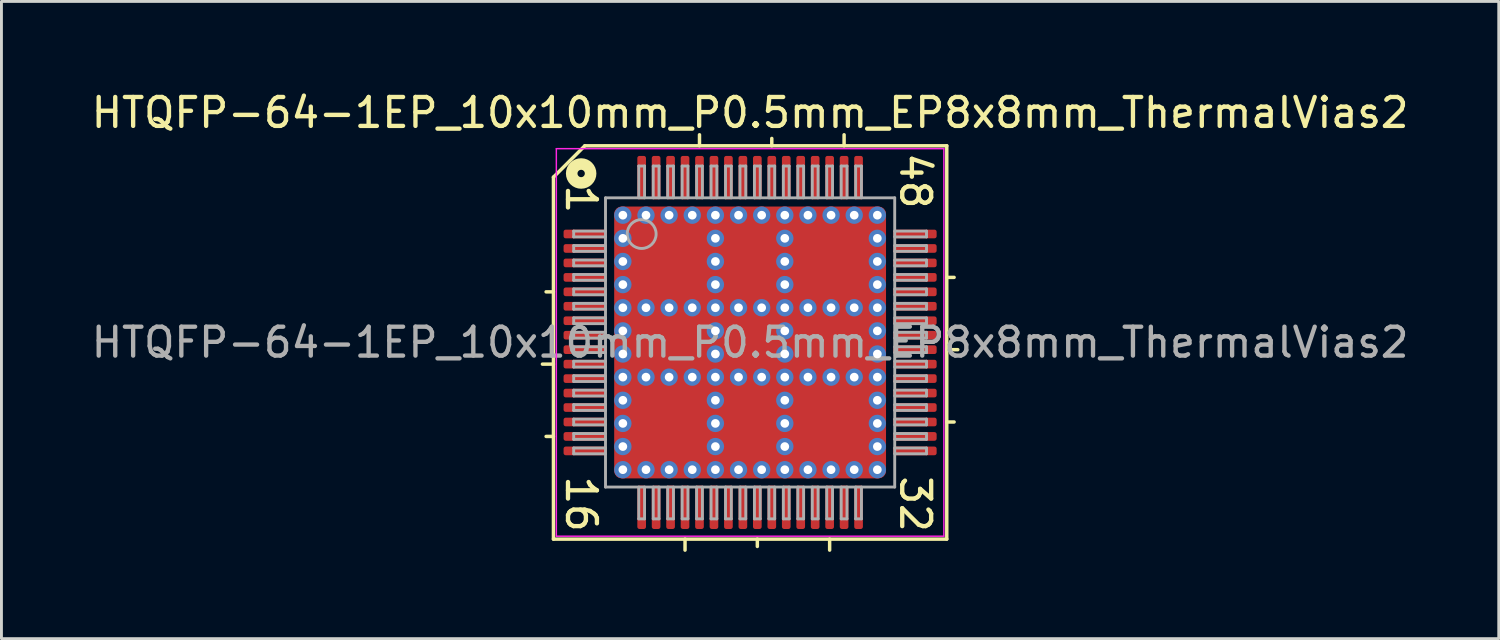
<source format=kicad_pcb>
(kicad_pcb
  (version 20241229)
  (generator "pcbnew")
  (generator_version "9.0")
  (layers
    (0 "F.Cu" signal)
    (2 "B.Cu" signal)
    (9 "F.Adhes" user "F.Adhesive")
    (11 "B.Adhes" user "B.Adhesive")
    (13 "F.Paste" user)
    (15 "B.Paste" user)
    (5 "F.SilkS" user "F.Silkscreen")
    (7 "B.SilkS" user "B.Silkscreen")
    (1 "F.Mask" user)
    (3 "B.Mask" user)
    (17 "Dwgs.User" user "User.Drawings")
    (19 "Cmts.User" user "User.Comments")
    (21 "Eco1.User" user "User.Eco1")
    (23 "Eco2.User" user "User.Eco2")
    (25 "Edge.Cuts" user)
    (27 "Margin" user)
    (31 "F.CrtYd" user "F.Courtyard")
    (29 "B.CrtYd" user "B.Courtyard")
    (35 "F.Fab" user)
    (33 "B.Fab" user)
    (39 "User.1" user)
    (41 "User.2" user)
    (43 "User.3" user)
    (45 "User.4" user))
  (footprint "HTQFP-64-1EP_10x10mm_P0.5mm_EP8x8mm_ThermalVias2"
    (layer "F.Cu")
    (at 22.887 8.791)
    (property "Reference" "HTQFP-64-1EP_10x10mm_P0.5mm_EP8x8mm_ThermalVias2" (at 0 -7.943 0) (layer "F.SilkS") (effects (font (size 1 1) (thickness 0.15))))
    (attr smd)
    (fp_line (start -6.8 -5.715) (end -6.8 6.8) (stroke (width 0.12) (type solid)) (layer "F.SilkS"))
    (fp_line (start -6.8 -1.75) (end -7.054 -1.75) (stroke (width 0.12) (type solid)) (layer "F.SilkS"))
    (fp_line (start -6.8 0.75) (end -7.181 0.75) (stroke (width 0.12) (type solid)) (layer "F.SilkS"))
    (fp_line (start -6.8 3.25) (end -7.054 3.25) (stroke (width 0.12) (type solid)) (layer "F.SilkS"))
    (fp_line (start -6.8 6.8) (end 6.8 6.8) (stroke (width 0.12) (type solid)) (layer "F.SilkS"))
    (fp_line (start -5.715 -6.8) (end -6.8 -5.715) (stroke (width 0.12) (type solid)) (layer "F.SilkS"))
    (fp_line (start -2.25 6.8) (end -2.25 7.181) (stroke (width 0.12) (type solid)) (layer "F.SilkS"))
    (fp_line (start -1.75 -6.8) (end -1.75 -7.181) (stroke (width 0.12) (type solid)) (layer "F.SilkS"))
    (fp_line (start 0.25 6.8) (end 0.25 7.054) (stroke (width 0.12) (type solid)) (layer "F.SilkS"))
    (fp_line (start 0.75 -6.8) (end 0.75 -7.054) (stroke (width 0.12) (type solid)) (layer "F.SilkS"))
    (fp_line (start 2.75 6.8) (end 2.75 7.181) (stroke (width 0.12) (type solid)) (layer "F.SilkS"))
    (fp_line (start 3.25 -6.8) (end 3.25 -7.181) (stroke (width 0.12) (type solid)) (layer "F.SilkS"))
    (fp_line (start 6.8 -6.8) (end -5.715 -6.8) (stroke (width 0.12) (type solid)) (layer "F.SilkS"))
    (fp_line (start 6.8 -2.25) (end 7.054 -2.25) (stroke (width 0.12) (type solid)) (layer "F.SilkS"))
    (fp_line (start 6.8 0.25) (end 7.181 0.25) (stroke (width 0.12) (type solid)) (layer "F.SilkS"))
    (fp_line (start 6.8 2.75) (end 7.054 2.75) (stroke (width 0.12) (type solid)) (layer "F.SilkS"))
    (fp_line (start 6.8 6.8) (end 6.8 -6.8) (stroke (width 0.12) (type solid)) (layer "F.SilkS"))
    (fp_circle (center -5.842 -5.842) (end -5.715 -5.842) (stroke (width 0.4) (type solid)) (fill no) (layer "F.SilkS"))
    (fp_line (start -6.7 -6.7) (end -6.7 6.7) (stroke (width 0.05) (type solid)) (layer "F.CrtYd"))
    (fp_line (start -6.7 -6.7) (end 6.7 -6.7) (stroke (width 0.05) (type solid)) (layer "F.CrtYd"))
    (fp_line (start -6.7 6.7) (end 6.7 6.7) (stroke (width 0.05) (type solid)) (layer "F.CrtYd"))
    (fp_line (start 6.7 -6.7) (end 6.7 6.7) (stroke (width 0.05) (type solid)) (layer "F.CrtYd"))
    (fp_line (start -6.1 -3.85) (end -6.1 -3.65) (stroke (width 0.1) (type solid)) (layer "F.Fab"))
    (fp_line (start -6.1 -3.85) (end -5 -3.85) (stroke (width 0.1) (type solid)) (layer "F.Fab"))
    (fp_line (start -6.1 -3.65) (end -5 -3.65) (stroke (width 0.1) (type solid)) (layer "F.Fab"))
    (fp_line (start -6.1 -3.35) (end -6.1 -3.15) (stroke (width 0.1) (type solid)) (layer "F.Fab"))
    (fp_line (start -6.1 -3.35) (end -5 -3.35) (stroke (width 0.1) (type solid)) (layer "F.Fab"))
    (fp_line (start -6.1 -3.15) (end -5 -3.15) (stroke (width 0.1) (type solid)) (layer "F.Fab"))
    (fp_line (start -6.1 -2.85) (end -6.1 -2.65) (stroke (width 0.1) (type solid)) (layer "F.Fab"))
    (fp_line (start -6.1 -2.85) (end -5 -2.85) (stroke (width 0.1) (type solid)) (layer "F.Fab"))
    (fp_line (start -6.1 -2.65) (end -5 -2.65) (stroke (width 0.1) (type solid)) (layer "F.Fab"))
    (fp_line (start -6.1 -2.35) (end -6.1 -2.15) (stroke (width 0.1) (type solid)) (layer "F.Fab"))
    (fp_line (start -6.1 -2.35) (end -5 -2.35) (stroke (width 0.1) (type solid)) (layer "F.Fab"))
    (fp_line (start -6.1 -2.15) (end -5 -2.15) (stroke (width 0.1) (type solid)) (layer "F.Fab"))
    (fp_line (start -6.1 -1.85) (end -6.1 -1.65) (stroke (width 0.1) (type solid)) (layer "F.Fab"))
    (fp_line (start -6.1 -1.85) (end -5 -1.85) (stroke (width 0.1) (type solid)) (layer "F.Fab"))
    (fp_line (start -6.1 -1.65) (end -5 -1.65) (stroke (width 0.1) (type solid)) (layer "F.Fab"))
    (fp_line (start -6.1 -1.35) (end -6.1 -1.15) (stroke (width 0.1) (type solid)) (layer "F.Fab"))
    (fp_line (start -6.1 -1.35) (end -5 -1.35) (stroke (width 0.1) (type solid)) (layer "F.Fab"))
    (fp_line (start -6.1 -1.15) (end -5 -1.15) (stroke (width 0.1) (type solid)) (layer "F.Fab"))
    (fp_line (start -6.1 -0.85) (end -6.1 -0.65) (stroke (width 0.1) (type solid)) (layer "F.Fab"))
    (fp_line (start -6.1 -0.85) (end -5 -0.85) (stroke (width 0.1) (type solid)) (layer "F.Fab"))
    (fp_line (start -6.1 -0.65) (end -5 -0.65) (stroke (width 0.1) (type solid)) (layer "F.Fab"))
    (fp_line (start -6.1 -0.35) (end -6.1 -0.15) (stroke (width 0.1) (type solid)) (layer "F.Fab"))
    (fp_line (start -6.1 -0.35) (end -5 -0.35) (stroke (width 0.1) (type solid)) (layer "F.Fab"))
    (fp_line (start -6.1 -0.15) (end -5 -0.15) (stroke (width 0.1) (type solid)) (layer "F.Fab"))
    (fp_line (start -6.1 0.15) (end -6.1 0.35) (stroke (width 0.1) (type solid)) (layer "F.Fab"))
    (fp_line (start -6.1 0.15) (end -5 0.15) (stroke (width 0.1) (type solid)) (layer "F.Fab"))
    (fp_line (start -6.1 0.35) (end -5 0.35) (stroke (width 0.1) (type solid)) (layer "F.Fab"))
    (fp_line (start -6.1 0.65) (end -6.1 0.85) (stroke (width 0.1) (type solid)) (layer "F.Fab"))
    (fp_line (start -6.1 0.65) (end -5 0.65) (stroke (width 0.1) (type solid)) (layer "F.Fab"))
    (fp_line (start -6.1 0.85) (end -5 0.85) (stroke (width 0.1) (type solid)) (layer "F.Fab"))
    (fp_line (start -6.1 1.15) (end -6.1 1.35) (stroke (width 0.1) (type solid)) (layer "F.Fab"))
    (fp_line (start -6.1 1.15) (end -5 1.15) (stroke (width 0.1) (type solid)) (layer "F.Fab"))
    (fp_line (start -6.1 1.35) (end -5 1.35) (stroke (width 0.1) (type solid)) (layer "F.Fab"))
    (fp_line (start -6.1 1.65) (end -6.1 1.85) (stroke (width 0.1) (type solid)) (layer "F.Fab"))
    (fp_line (start -6.1 1.65) (end -5 1.65) (stroke (width 0.1) (type solid)) (layer "F.Fab"))
    (fp_line (start -6.1 1.85) (end -5 1.85) (stroke (width 0.1) (type solid)) (layer "F.Fab"))
    (fp_line (start -6.1 2.15) (end -6.1 2.35) (stroke (width 0.1) (type solid)) (layer "F.Fab"))
    (fp_line (start -6.1 2.15) (end -5 2.15) (stroke (width 0.1) (type solid)) (layer "F.Fab"))
    (fp_line (start -6.1 2.35) (end -5 2.35) (stroke (width 0.1) (type solid)) (layer "F.Fab"))
    (fp_line (start -6.1 2.65) (end -6.1 2.85) (stroke (width 0.1) (type solid)) (layer "F.Fab"))
    (fp_line (start -6.1 2.65) (end -5 2.65) (stroke (width 0.1) (type solid)) (layer "F.Fab"))
    (fp_line (start -6.1 2.85) (end -5 2.85) (stroke (width 0.1) (type solid)) (layer "F.Fab"))
    (fp_line (start -6.1 3.15) (end -6.1 3.35) (stroke (width 0.1) (type solid)) (layer "F.Fab"))
    (fp_line (start -6.1 3.15) (end -5 3.15) (stroke (width 0.1) (type solid)) (layer "F.Fab"))
    (fp_line (start -6.1 3.35) (end -5 3.35) (stroke (width 0.1) (type solid)) (layer "F.Fab"))
    (fp_line (start -6.1 3.65) (end -6.1 3.85) (stroke (width 0.1) (type solid)) (layer "F.Fab"))
    (fp_line (start -6.1 3.65) (end -5 3.65) (stroke (width 0.1) (type solid)) (layer "F.Fab"))
    (fp_line (start -6.1 3.85) (end -5 3.85) (stroke (width 0.1) (type solid)) (layer "F.Fab"))
    (fp_line (start -5 -5) (end 5 -5) (stroke (width 0.1) (type solid)) (layer "F.Fab"))
    (fp_line (start -5 5) (end -5 -5) (stroke (width 0.1) (type solid)) (layer "F.Fab"))
    (fp_line (start -3.85 -6.1) (end -3.85 -5) (stroke (width 0.1) (type solid)) (layer "F.Fab"))
    (fp_line (start -3.85 6.1) (end -3.85 5) (stroke (width 0.1) (type solid)) (layer "F.Fab"))
    (fp_line (start -3.85 6.1) (end -3.65 6.1) (stroke (width 0.1) (type solid)) (layer "F.Fab"))
    (fp_line (start -3.65 -6.1) (end -3.85 -6.1) (stroke (width 0.1) (type solid)) (layer "F.Fab"))
    (fp_line (start -3.65 -6.1) (end -3.65 -5) (stroke (width 0.1) (type solid)) (layer "F.Fab"))
    (fp_line (start -3.65 6.1) (end -3.65 5) (stroke (width 0.1) (type solid)) (layer "F.Fab"))
    (fp_line (start -3.35 -6.1) (end -3.35 -5) (stroke (width 0.1) (type solid)) (layer "F.Fab"))
    (fp_line (start -3.35 6.1) (end -3.35 5) (stroke (width 0.1) (type solid)) (layer "F.Fab"))
    (fp_line (start -3.35 6.1) (end -3.15 6.1) (stroke (width 0.1) (type solid)) (layer "F.Fab"))
    (fp_line (start -3.15 -6.1) (end -3.35 -6.1) (stroke (width 0.1) (type solid)) (layer "F.Fab"))
    (fp_line (start -3.15 -6.1) (end -3.15 -5) (stroke (width 0.1) (type solid)) (layer "F.Fab"))
    (fp_line (start -3.15 6.1) (end -3.15 5) (stroke (width 0.1) (type solid)) (layer "F.Fab"))
    (fp_line (start -2.85 -6.1) (end -2.85 -5) (stroke (width 0.1) (type solid)) (layer "F.Fab"))
    (fp_line (start -2.85 6.1) (end -2.85 5) (stroke (width 0.1) (type solid)) (layer "F.Fab"))
    (fp_line (start -2.85 6.1) (end -2.65 6.1) (stroke (width 0.1) (type solid)) (layer "F.Fab"))
    (fp_line (start -2.65 -6.1) (end -2.85 -6.1) (stroke (width 0.1) (type solid)) (layer "F.Fab"))
    (fp_line (start -2.65 -6.1) (end -2.65 -5) (stroke (width 0.1) (type solid)) (layer "F.Fab"))
    (fp_line (start -2.65 6.1) (end -2.65 5) (stroke (width 0.1) (type solid)) (layer "F.Fab"))
    (fp_line (start -2.35 -6.1) (end -2.35 -5) (stroke (width 0.1) (type solid)) (layer "F.Fab"))
    (fp_line (start -2.35 6.1) (end -2.35 5) (stroke (width 0.1) (type solid)) (layer "F.Fab"))
    (fp_line (start -2.35 6.1) (end -2.15 6.1) (stroke (width 0.1) (type solid)) (layer "F.Fab"))
    (fp_line (start -2.15 -6.1) (end -2.35 -6.1) (stroke (width 0.1) (type solid)) (layer "F.Fab"))
    (fp_line (start -2.15 -6.1) (end -2.15 -5) (stroke (width 0.1) (type solid)) (layer "F.Fab"))
    (fp_line (start -2.15 6.1) (end -2.15 5) (stroke (width 0.1) (type solid)) (layer "F.Fab"))
    (fp_line (start -1.85 -6.1) (end -1.85 -5) (stroke (width 0.1) (type solid)) (layer "F.Fab"))
    (fp_line (start -1.85 6.1) (end -1.85 5) (stroke (width 0.1) (type solid)) (layer "F.Fab"))
    (fp_line (start -1.85 6.1) (end -1.65 6.1) (stroke (width 0.1) (type solid)) (layer "F.Fab"))
    (fp_line (start -1.65 -6.1) (end -1.85 -6.1) (stroke (width 0.1) (type solid)) (layer "F.Fab"))
    (fp_line (start -1.65 -6.1) (end -1.65 -5) (stroke (width 0.1) (type solid)) (layer "F.Fab"))
    (fp_line (start -1.65 6.1) (end -1.65 5) (stroke (width 0.1) (type solid)) (layer "F.Fab"))
    (fp_line (start -1.35 -6.1) (end -1.35 -5) (stroke (width 0.1) (type solid)) (layer "F.Fab"))
    (fp_line (start -1.35 6.1) (end -1.35 5) (stroke (width 0.1) (type solid)) (layer "F.Fab"))
    (fp_line (start -1.35 6.1) (end -1.15 6.1) (stroke (width 0.1) (type solid)) (layer "F.Fab"))
    (fp_line (start -1.15 -6.1) (end -1.35 -6.1) (stroke (width 0.1) (type solid)) (layer "F.Fab"))
    (fp_line (start -1.15 -6.1) (end -1.15 -5) (stroke (width 0.1) (type solid)) (layer "F.Fab"))
    (fp_line (start -1.15 6.1) (end -1.15 5) (stroke (width 0.1) (type solid)) (layer "F.Fab"))
    (fp_line (start -0.85 -6.1) (end -0.85 -5) (stroke (width 0.1) (type solid)) (layer "F.Fab"))
    (fp_line (start -0.85 6.1) (end -0.85 5) (stroke (width 0.1) (type solid)) (layer "F.Fab"))
    (fp_line (start -0.85 6.1) (end -0.65 6.1) (stroke (width 0.1) (type solid)) (layer "F.Fab"))
    (fp_line (start -0.65 -6.1) (end -0.85 -6.1) (stroke (width 0.1) (type solid)) (layer "F.Fab"))
    (fp_line (start -0.65 -6.1) (end -0.65 -5) (stroke (width 0.1) (type solid)) (layer "F.Fab"))
    (fp_line (start -0.65 6.1) (end -0.65 5) (stroke (width 0.1) (type solid)) (layer "F.Fab"))
    (fp_line (start -0.35 -6.1) (end -0.35 -5) (stroke (width 0.1) (type solid)) (layer "F.Fab"))
    (fp_line (start -0.35 6.1) (end -0.35 5) (stroke (width 0.1) (type solid)) (layer "F.Fab"))
    (fp_line (start -0.35 6.1) (end -0.15 6.1) (stroke (width 0.1) (type solid)) (layer "F.Fab"))
    (fp_line (start -0.15 -6.1) (end -0.35 -6.1) (stroke (width 0.1) (type solid)) (layer "F.Fab"))
    (fp_line (start -0.15 -6.1) (end -0.15 -5) (stroke (width 0.1) (type solid)) (layer "F.Fab"))
    (fp_line (start -0.15 6.1) (end -0.15 5) (stroke (width 0.1) (type solid)) (layer "F.Fab"))
    (fp_line (start 0.15 -6.1) (end 0.15 -5) (stroke (width 0.1) (type solid)) (layer "F.Fab"))
    (fp_line (start 0.15 6.1) (end 0.15 5) (stroke (width 0.1) (type solid)) (layer "F.Fab"))
    (fp_line (start 0.15 6.1) (end 0.35 6.1) (stroke (width 0.1) (type solid)) (layer "F.Fab"))
    (fp_line (start 0.35 -6.1) (end 0.15 -6.1) (stroke (width 0.1) (type solid)) (layer "F.Fab"))
    (fp_line (start 0.35 -6.1) (end 0.35 -5) (stroke (width 0.1) (type solid)) (layer "F.Fab"))
    (fp_line (start 0.35 6.1) (end 0.35 5) (stroke (width 0.1) (type solid)) (layer "F.Fab"))
    (fp_line (start 0.65 -6.1) (end 0.65 -5) (stroke (width 0.1) (type solid)) (layer "F.Fab"))
    (fp_line (start 0.65 6.1) (end 0.65 5) (stroke (width 0.1) (type solid)) (layer "F.Fab"))
    (fp_line (start 0.65 6.1) (end 0.85 6.1) (stroke (width 0.1) (type solid)) (layer "F.Fab"))
    (fp_line (start 0.85 -6.1) (end 0.65 -6.1) (stroke (width 0.1) (type solid)) (layer "F.Fab"))
    (fp_line (start 0.85 -6.1) (end 0.85 -5) (stroke (width 0.1) (type solid)) (layer "F.Fab"))
    (fp_line (start 0.85 6.1) (end 0.85 5) (stroke (width 0.1) (type solid)) (layer "F.Fab"))
    (fp_line (start 1.15 -6.1) (end 1.15 -5) (stroke (width 0.1) (type solid)) (layer "F.Fab"))
    (fp_line (start 1.15 6.1) (end 1.15 5) (stroke (width 0.1) (type solid)) (layer "F.Fab"))
    (fp_line (start 1.15 6.1) (end 1.35 6.1) (stroke (width 0.1) (type solid)) (layer "F.Fab"))
    (fp_line (start 1.35 -6.1) (end 1.15 -6.1) (stroke (width 0.1) (type solid)) (layer "F.Fab"))
    (fp_line (start 1.35 -6.1) (end 1.35 -5) (stroke (width 0.1) (type solid)) (layer "F.Fab"))
    (fp_line (start 1.35 6.1) (end 1.35 5) (stroke (width 0.1) (type solid)) (layer "F.Fab"))
    (fp_line (start 1.65 -6.1) (end 1.65 -5) (stroke (width 0.1) (type solid)) (layer "F.Fab"))
    (fp_line (start 1.65 6.1) (end 1.65 5) (stroke (width 0.1) (type solid)) (layer "F.Fab"))
    (fp_line (start 1.65 6.1) (end 1.85 6.1) (stroke (width 0.1) (type solid)) (layer "F.Fab"))
    (fp_line (start 1.85 -6.1) (end 1.65 -6.1) (stroke (width 0.1) (type solid)) (layer "F.Fab"))
    (fp_line (start 1.85 -6.1) (end 1.85 -5) (stroke (width 0.1) (type solid)) (layer "F.Fab"))
    (fp_line (start 1.85 6.1) (end 1.85 5) (stroke (width 0.1) (type solid)) (layer "F.Fab"))
    (fp_line (start 2.15 -6.1) (end 2.15 -5) (stroke (width 0.1) (type solid)) (layer "F.Fab"))
    (fp_line (start 2.15 6.1) (end 2.15 5) (stroke (width 0.1) (type solid)) (layer "F.Fab"))
    (fp_line (start 2.15 6.1) (end 2.35 6.1) (stroke (width 0.1) (type solid)) (layer "F.Fab"))
    (fp_line (start 2.35 -6.1) (end 2.15 -6.1) (stroke (width 0.1) (type solid)) (layer "F.Fab"))
    (fp_line (start 2.35 -6.1) (end 2.35 -5) (stroke (width 0.1) (type solid)) (layer "F.Fab"))
    (fp_line (start 2.35 6.1) (end 2.35 5) (stroke (width 0.1) (type solid)) (layer "F.Fab"))
    (fp_line (start 2.65 -6.1) (end 2.65 -5) (stroke (width 0.1) (type solid)) (layer "F.Fab"))
    (fp_line (start 2.65 6.1) (end 2.65 5) (stroke (width 0.1) (type solid)) (layer "F.Fab"))
    (fp_line (start 2.65 6.1) (end 2.85 6.1) (stroke (width 0.1) (type solid)) (layer "F.Fab"))
    (fp_line (start 2.85 -6.1) (end 2.65 -6.1) (stroke (width 0.1) (type solid)) (layer "F.Fab"))
    (fp_line (start 2.85 -6.1) (end 2.85 -5) (stroke (width 0.1) (type solid)) (layer "F.Fab"))
    (fp_line (start 2.85 6.1) (end 2.85 5) (stroke (width 0.1) (type solid)) (layer "F.Fab"))
    (fp_line (start 3.15 -6.1) (end 3.15 -5) (stroke (width 0.1) (type solid)) (layer "F.Fab"))
    (fp_line (start 3.15 6.1) (end 3.15 5) (stroke (width 0.1) (type solid)) (layer "F.Fab"))
    (fp_line (start 3.15 6.1) (end 3.35 6.1) (stroke (width 0.1) (type solid)) (layer "F.Fab"))
    (fp_line (start 3.35 -6.1) (end 3.15 -6.1) (stroke (width 0.1) (type solid)) (layer "F.Fab"))
    (fp_line (start 3.35 -6.1) (end 3.35 -5) (stroke (width 0.1) (type solid)) (layer "F.Fab"))
    (fp_line (start 3.35 6.1) (end 3.35 5) (stroke (width 0.1) (type solid)) (layer "F.Fab"))
    (fp_line (start 3.65 -6.1) (end 3.65 -5) (stroke (width 0.1) (type solid)) (layer "F.Fab"))
    (fp_line (start 3.65 6.1) (end 3.65 5) (stroke (width 0.1) (type solid)) (layer "F.Fab"))
    (fp_line (start 3.65 6.1) (end 3.85 6.1) (stroke (width 0.1) (type solid)) (layer "F.Fab"))
    (fp_line (start 3.85 -6.1) (end 3.65 -6.1) (stroke (width 0.1) (type solid)) (layer "F.Fab"))
    (fp_line (start 3.85 -6.1) (end 3.85 -5) (stroke (width 0.1) (type solid)) (layer "F.Fab"))
    (fp_line (start 3.85 6.1) (end 3.85 5) (stroke (width 0.1) (type solid)) (layer "F.Fab"))
    (fp_line (start 5 -5) (end 5 5) (stroke (width 0.1) (type solid)) (layer "F.Fab"))
    (fp_line (start 5 5) (end -5 5) (stroke (width 0.1) (type solid)) (layer "F.Fab"))
    (fp_line (start 6.1 -3.85) (end 5 -3.85) (stroke (width 0.1) (type solid)) (layer "F.Fab"))
    (fp_line (start 6.1 -3.65) (end 5 -3.65) (stroke (width 0.1) (type solid)) (layer "F.Fab"))
    (fp_line (start 6.1 -3.65) (end 6.1 -3.85) (stroke (width 0.1) (type solid)) (layer "F.Fab"))
    (fp_line (start 6.1 -3.35) (end 5 -3.35) (stroke (width 0.1) (type solid)) (layer "F.Fab"))
    (fp_line (start 6.1 -3.15) (end 5 -3.15) (stroke (width 0.1) (type solid)) (layer "F.Fab"))
    (fp_line (start 6.1 -3.15) (end 6.1 -3.35) (stroke (width 0.1) (type solid)) (layer "F.Fab"))
    (fp_line (start 6.1 -2.85) (end 5 -2.85) (stroke (width 0.1) (type solid)) (layer "F.Fab"))
    (fp_line (start 6.1 -2.65) (end 5 -2.65) (stroke (width 0.1) (type solid)) (layer "F.Fab"))
    (fp_line (start 6.1 -2.65) (end 6.1 -2.85) (stroke (width 0.1) (type solid)) (layer "F.Fab"))
    (fp_line (start 6.1 -2.35) (end 5 -2.35) (stroke (width 0.1) (type solid)) (layer "F.Fab"))
    (fp_line (start 6.1 -2.15) (end 5 -2.15) (stroke (width 0.1) (type solid)) (layer "F.Fab"))
    (fp_line (start 6.1 -2.15) (end 6.1 -2.35) (stroke (width 0.1) (type solid)) (layer "F.Fab"))
    (fp_line (start 6.1 -1.85) (end 5 -1.85) (stroke (width 0.1) (type solid)) (layer "F.Fab"))
    (fp_line (start 6.1 -1.65) (end 5 -1.65) (stroke (width 0.1) (type solid)) (layer "F.Fab"))
    (fp_line (start 6.1 -1.65) (end 6.1 -1.85) (stroke (width 0.1) (type solid)) (layer "F.Fab"))
    (fp_line (start 6.1 -1.35) (end 5 -1.35) (stroke (width 0.1) (type solid)) (layer "F.Fab"))
    (fp_line (start 6.1 -1.15) (end 5 -1.15) (stroke (width 0.1) (type solid)) (layer "F.Fab"))
    (fp_line (start 6.1 -1.15) (end 6.1 -1.35) (stroke (width 0.1) (type solid)) (layer "F.Fab"))
    (fp_line (start 6.1 -0.85) (end 5 -0.85) (stroke (width 0.1) (type solid)) (layer "F.Fab"))
    (fp_line (start 6.1 -0.65) (end 5 -0.65) (stroke (width 0.1) (type solid)) (layer "F.Fab"))
    (fp_line (start 6.1 -0.65) (end 6.1 -0.85) (stroke (width 0.1) (type solid)) (layer "F.Fab"))
    (fp_line (start 6.1 -0.35) (end 5 -0.35) (stroke (width 0.1) (type solid)) (layer "F.Fab"))
    (fp_line (start 6.1 -0.15) (end 5 -0.15) (stroke (width 0.1) (type solid)) (layer "F.Fab"))
    (fp_line (start 6.1 -0.15) (end 6.1 -0.35) (stroke (width 0.1) (type solid)) (layer "F.Fab"))
    (fp_line (start 6.1 0.15) (end 5 0.15) (stroke (width 0.1) (type solid)) (layer "F.Fab"))
    (fp_line (start 6.1 0.35) (end 5 0.35) (stroke (width 0.1) (type solid)) (layer "F.Fab"))
    (fp_line (start 6.1 0.35) (end 6.1 0.15) (stroke (width 0.1) (type solid)) (layer "F.Fab"))
    (fp_line (start 6.1 0.65) (end 5 0.65) (stroke (width 0.1) (type solid)) (layer "F.Fab"))
    (fp_line (start 6.1 0.85) (end 5 0.85) (stroke (width 0.1) (type solid)) (layer "F.Fab"))
    (fp_line (start 6.1 0.85) (end 6.1 0.65) (stroke (width 0.1) (type solid)) (layer "F.Fab"))
    (fp_line (start 6.1 1.15) (end 5 1.15) (stroke (width 0.1) (type solid)) (layer "F.Fab"))
    (fp_line (start 6.1 1.35) (end 5 1.35) (stroke (width 0.1) (type solid)) (layer "F.Fab"))
    (fp_line (start 6.1 1.35) (end 6.1 1.15) (stroke (width 0.1) (type solid)) (layer "F.Fab"))
    (fp_line (start 6.1 1.65) (end 5 1.65) (stroke (width 0.1) (type solid)) (layer "F.Fab"))
    (fp_line (start 6.1 1.85) (end 5 1.85) (stroke (width 0.1) (type solid)) (layer "F.Fab"))
    (fp_line (start 6.1 1.85) (end 6.1 1.65) (stroke (width 0.1) (type solid)) (layer "F.Fab"))
    (fp_line (start 6.1 2.15) (end 5 2.15) (stroke (width 0.1) (type solid)) (layer "F.Fab"))
    (fp_line (start 6.1 2.35) (end 5 2.35) (stroke (width 0.1) (type solid)) (layer "F.Fab"))
    (fp_line (start 6.1 2.35) (end 6.1 2.15) (stroke (width 0.1) (type solid)) (layer "F.Fab"))
    (fp_line (start 6.1 2.65) (end 5 2.65) (stroke (width 0.1) (type solid)) (layer "F.Fab"))
    (fp_line (start 6.1 2.85) (end 5 2.85) (stroke (width 0.1) (type solid)) (layer "F.Fab"))
    (fp_line (start 6.1 2.85) (end 6.1 2.65) (stroke (width 0.1) (type solid)) (layer "F.Fab"))
    (fp_line (start 6.1 3.15) (end 5 3.15) (stroke (width 0.1) (type solid)) (layer "F.Fab"))
    (fp_line (start 6.1 3.35) (end 5 3.35) (stroke (width 0.1) (type solid)) (layer "F.Fab"))
    (fp_line (start 6.1 3.35) (end 6.1 3.15) (stroke (width 0.1) (type solid)) (layer "F.Fab"))
    (fp_line (start 6.1 3.65) (end 5 3.65) (stroke (width 0.1) (type solid)) (layer "F.Fab"))
    (fp_line (start 6.1 3.85) (end 5 3.85) (stroke (width 0.1) (type solid)) (layer "F.Fab"))
    (fp_line (start 6.1 3.85) (end 6.1 3.65) (stroke (width 0.1) (type solid)) (layer "F.Fab"))
    (fp_circle (center -3.75 -3.75) (end -3.25 -3.75) (stroke (width 0.1) (type solid)) (fill no) (layer "F.Fab"))
    (fp_text user "48" (at 5.715 -5.588 270) (unlocked yes) (layer "F.SilkS") (effects (font (size 1 1) (thickness 0.15))))
    (fp_text user "16" (at -5.842 5.588 270) (unlocked yes) (layer "F.SilkS") (effects (font (size 1 1) (thickness 0.15))))
    (fp_text user "32" (at 5.715 5.588 270) (unlocked yes) (layer "F.SilkS") (effects (font (size 1 1) (thickness 0.15))))
    (fp_text user "1" (at -5.842 -4.953 270) (unlocked yes) (layer "F.SilkS") (effects (font (size 1 1) (thickness 0.15))))
    (fp_text user "${REFERENCE}" (at 0 0 0) (layer "F.Fab") (effects (font (size 1 1) (thickness 0.15))))
    (pad "" smd roundrect (at -3.55 -3.55 90) (size 0.6 0.6) (layers "F.Paste") (roundrect_rratio 0.25))
    (pad "" smd roundrect (at -3.55 -2.75 90) (size 0.6 0.6) (layers "F.Paste") (roundrect_rratio 0.25))
    (pad "" smd roundrect (at -3.55 -1.95 90) (size 0.6 0.6) (layers "F.Paste") (roundrect_rratio 0.25))
    (pad "" smd roundrect (at -3.55 -0.425 90) (size 0.65 0.6) (layers "F.Paste") (roundrect_rratio 0.25))
    (pad "" smd roundrect (at -3.55 0.425 90) (size 0.65 0.6) (layers "F.Paste") (roundrect_rratio 0.25))
    (pad "" smd roundrect (at -3.55 1.95 90) (size 0.6 0.6) (layers "F.Paste") (roundrect_rratio 0.25))
    (pad "" smd roundrect (at -3.55 2.75 90) (size 0.6 0.6) (layers "F.Paste") (roundrect_rratio 0.25))
    (pad "" smd roundrect (at -3.55 3.55 90) (size 0.6 0.6) (layers "F.Paste") (roundrect_rratio 0.25))
    (pad "" smd roundrect (at -2.75 -3.55 90) (size 0.6 0.6) (layers "F.Paste") (roundrect_rratio 0.25))
    (pad "" smd roundrect (at -2.75 -2.75 90) (size 0.6 0.6) (layers "F.Paste") (roundrect_rratio 0.25))
    (pad "" smd roundrect (at -2.75 -2.75) (size 2.5 2.5) (layers "F.Mask") (roundrect_rratio 0.1))
    (pad "" smd roundrect (at -2.75 -1.95 90) (size 0.6 0.6) (layers "F.Paste") (roundrect_rratio 0.25))
    (pad "" smd roundrect (at -2.75 -0.425 90) (size 0.65 0.6) (layers "F.Paste") (roundrect_rratio 0.25))
    (pad "" smd roundrect (at -2.75 0 90) (size 1.8 2.5) (layers "F.Mask") (roundrect_rratio 0.139))
    (pad "" smd roundrect (at -2.75 0.425 90) (size 0.65 0.6) (layers "F.Paste") (roundrect_rratio 0.25))
    (pad "" smd roundrect (at -2.75 1.95 90) (size 0.6 0.6) (layers "F.Paste") (roundrect_rratio 0.25))
    (pad "" smd roundrect (at -2.75 2.75 90) (size 0.6 0.6) (layers "F.Paste") (roundrect_rratio 0.25))
    (pad "" smd roundrect (at -2.75 2.75) (size 2.5 2.5) (layers "F.Mask") (roundrect_rratio 0.1))
    (pad "" smd roundrect (at -2.75 3.55 90) (size 0.6 0.6) (layers "F.Paste") (roundrect_rratio 0.25))
    (pad "" smd roundrect (at -1.95 -3.55 90) (size 0.6 0.6) (layers "F.Paste") (roundrect_rratio 0.25))
    (pad "" smd roundrect (at -1.95 -2.75 90) (size 0.6 0.6) (layers "F.Paste") (roundrect_rratio 0.25))
    (pad "" smd roundrect (at -1.95 -1.95 90) (size 0.6 0.6) (layers "F.Paste") (roundrect_rratio 0.25))
    (pad "" smd roundrect (at -1.95 -0.425 90) (size 0.65 0.6) (layers "F.Paste") (roundrect_rratio 0.25))
    (pad "" smd roundrect (at -1.95 0.425 90) (size 0.65 0.6) (layers "F.Paste") (roundrect_rratio 0.25))
    (pad "" smd roundrect (at -1.95 1.95 90) (size 0.6 0.6) (layers "F.Paste") (roundrect_rratio 0.25))
    (pad "" smd roundrect (at -1.95 2.75 90) (size 0.6 0.6) (layers "F.Paste") (roundrect_rratio 0.25))
    (pad "" smd roundrect (at -1.95 3.55 90) (size 0.6 0.6) (layers "F.Paste") (roundrect_rratio 0.25))
    (pad "" smd roundrect (at -0.425 -3.55 180) (size 0.65 0.6) (layers "F.Paste") (roundrect_rratio 0.25))
    (pad "" smd roundrect (at -0.425 -2.75 180) (size 0.65 0.6) (layers "F.Paste") (roundrect_rratio 0.25))
    (pad "" smd roundrect (at -0.425 -1.95 180) (size 0.65 0.6) (layers "F.Paste") (roundrect_rratio 0.25))
    (pad "" smd roundrect (at -0.425 -0.425 90) (size 0.65 0.65) (layers "F.Paste") (roundrect_rratio 0.25))
    (pad "" smd roundrect (at -0.425 0.425 90) (size 0.65 0.65) (layers "F.Paste") (roundrect_rratio 0.25))
    (pad "" smd roundrect (at -0.425 1.95 180) (size 0.65 0.6) (layers "F.Paste") (roundrect_rratio 0.25))
    (pad "" smd roundrect (at -0.425 2.75 180) (size 0.65 0.6) (layers "F.Paste") (roundrect_rratio 0.25))
    (pad "" smd roundrect (at -0.425 3.55 180) (size 0.65 0.6) (layers "F.Paste") (roundrect_rratio 0.25))
    (pad "" smd roundrect (at 0 -2.75) (size 1.8 2.5) (layers "F.Mask") (roundrect_rratio 0.139))
    (pad "" smd roundrect (at 0 0 90) (size 1.8 1.8) (layers "F.Mask") (roundrect_rratio 0.139))
    (pad "" smd roundrect (at 0 2.75) (size 1.8 2.5) (layers "F.Mask") (roundrect_rratio 0.139))
    (pad "" smd roundrect (at 0.425 -3.55 180) (size 0.65 0.6) (layers "F.Paste") (roundrect_rratio 0.25))
    (pad "" smd roundrect (at 0.425 -2.75 180) (size 0.65 0.6) (layers "F.Paste") (roundrect_rratio 0.25))
    (pad "" smd roundrect (at 0.425 -1.95 180) (size 0.65 0.6) (layers "F.Paste") (roundrect_rratio 0.25))
    (pad "" smd roundrect (at 0.425 -0.425 90) (size 0.65 0.65) (layers "F.Paste") (roundrect_rratio 0.25))
    (pad "" smd roundrect (at 0.425 0.425 90) (size 0.65 0.65) (layers "F.Paste") (roundrect_rratio 0.25))
    (pad "" smd roundrect (at 0.425 1.95 180) (size 0.65 0.6) (layers "F.Paste") (roundrect_rratio 0.25))
    (pad "" smd roundrect (at 0.425 2.75 180) (size 0.65 0.6) (layers "F.Paste") (roundrect_rratio 0.25))
    (pad "" smd roundrect (at 0.425 3.55 180) (size 0.65 0.6) (layers "F.Paste") (roundrect_rratio 0.25))
    (pad "" smd roundrect (at 1.95 -3.55 90) (size 0.6 0.6) (layers "F.Paste") (roundrect_rratio 0.25))
    (pad "" smd roundrect (at 1.95 -2.75 90) (size 0.6 0.6) (layers "F.Paste") (roundrect_rratio 0.25))
    (pad "" smd roundrect (at 1.95 -1.95 90) (size 0.6 0.6) (layers "F.Paste") (roundrect_rratio 0.25))
    (pad "" smd roundrect (at 1.95 -0.425 90) (size 0.65 0.6) (layers "F.Paste") (roundrect_rratio 0.25))
    (pad "" smd roundrect (at 1.95 0.425 90) (size 0.65 0.6) (layers "F.Paste") (roundrect_rratio 0.25))
    (pad "" smd roundrect (at 1.95 1.95 90) (size 0.6 0.6) (layers "F.Paste") (roundrect_rratio 0.25))
    (pad "" smd roundrect (at 1.95 2.75 90) (size 0.6 0.6) (layers "F.Paste") (roundrect_rratio 0.25))
    (pad "" smd roundrect (at 1.95 3.55 90) (size 0.6 0.6) (layers "F.Paste") (roundrect_rratio 0.25))
    (pad "" smd roundrect (at 2.75 -3.55 90) (size 0.6 0.6) (layers "F.Paste") (roundrect_rratio 0.25))
    (pad "" smd roundrect (at 2.75 -2.75 90) (size 0.6 0.6) (layers "F.Paste") (roundrect_rratio 0.25))
    (pad "" smd roundrect (at 2.75 -2.75) (size 2.5 2.5) (layers "F.Mask") (roundrect_rratio 0.1))
    (pad "" smd roundrect (at 2.75 -1.95 90) (size 0.6 0.6) (layers "F.Paste") (roundrect_rratio 0.25))
    (pad "" smd roundrect (at 2.75 -0.425 90) (size 0.65 0.6) (layers "F.Paste") (roundrect_rratio 0.25))
    (pad "" smd roundrect (at 2.75 0 90) (size 1.8 2.5) (layers "F.Mask") (roundrect_rratio 0.139))
    (pad "" smd roundrect (at 2.75 0.425 90) (size 0.65 0.6) (layers "F.Paste") (roundrect_rratio 0.25))
    (pad "" smd roundrect (at 2.75 1.95 90) (size 0.6 0.6) (layers "F.Paste") (roundrect_rratio 0.25))
    (pad "" smd roundrect (at 2.75 2.75 90) (size 0.6 0.6) (layers "F.Paste") (roundrect_rratio 0.25))
    (pad "" smd roundrect (at 2.75 2.75) (size 2.5 2.5) (layers "F.Mask") (roundrect_rratio 0.1))
    (pad "" smd roundrect (at 2.75 3.55 90) (size 0.6 0.6) (layers "F.Paste") (roundrect_rratio 0.25))
    (pad "" smd roundrect (at 3.55 -3.55 90) (size 0.6 0.6) (layers "F.Paste") (roundrect_rratio 0.25))
    (pad "" smd roundrect (at 3.55 -2.75 90) (size 0.6 0.6) (layers "F.Paste") (roundrect_rratio 0.25))
    (pad "" smd roundrect (at 3.55 -1.95 90) (size 0.6 0.6) (layers "F.Paste") (roundrect_rratio 0.25))
    (pad "" smd roundrect (at 3.55 -0.425 90) (size 0.65 0.6) (layers "F.Paste") (roundrect_rratio 0.25))
    (pad "" smd roundrect (at 3.55 0.425 90) (size 0.65 0.6) (layers "F.Paste") (roundrect_rratio 0.25))
    (pad "" smd roundrect (at 3.55 1.95 90) (size 0.6 0.6) (layers "F.Paste") (roundrect_rratio 0.25))
    (pad "" smd roundrect (at 3.55 2.75 90) (size 0.6 0.6) (layers "F.Paste") (roundrect_rratio 0.25))
    (pad "" smd roundrect (at 3.55 3.55 90) (size 0.6 0.6) (layers "F.Paste") (roundrect_rratio 0.25))
    (pad "1" smd roundrect (at -5.7 -3.75) (size 1.5 0.3) (layers "F.Cu" "F.Mask" "F.Paste") (roundrect_rratio 0.25))
    (pad "2" smd roundrect (at -5.7 -3.25) (size 1.5 0.3) (layers "F.Cu" "F.Mask" "F.Paste") (roundrect_rratio 0.25))
    (pad "3" smd roundrect (at -5.7 -2.75) (size 1.5 0.3) (layers "F.Cu" "F.Mask" "F.Paste") (roundrect_rratio 0.25))
    (pad "4" smd roundrect (at -5.7 -2.25) (size 1.5 0.3) (layers "F.Cu" "F.Mask" "F.Paste") (roundrect_rratio 0.25))
    (pad "5" smd roundrect (at -5.7 -1.75) (size 1.5 0.3) (layers "F.Cu" "F.Mask" "F.Paste") (roundrect_rratio 0.25))
    (pad "6" smd roundrect (at -5.7 -1.25) (size 1.5 0.3) (layers "F.Cu" "F.Mask" "F.Paste") (roundrect_rratio 0.25))
    (pad "7" smd roundrect (at -5.7 -0.75) (size 1.5 0.3) (layers "F.Cu" "F.Mask" "F.Paste") (roundrect_rratio 0.25))
    (pad "8" smd roundrect (at -5.7 -0.25) (size 1.5 0.3) (layers "F.Cu" "F.Mask" "F.Paste") (roundrect_rratio 0.25))
    (pad "9" smd roundrect (at -5.7 0.25) (size 1.5 0.3) (layers "F.Cu" "F.Mask" "F.Paste") (roundrect_rratio 0.25))
    (pad "10" smd roundrect (at -5.7 0.75) (size 1.5 0.3) (layers "F.Cu" "F.Mask" "F.Paste") (roundrect_rratio 0.25))
    (pad "11" smd roundrect (at -5.7 1.25) (size 1.5 0.3) (layers "F.Cu" "F.Mask" "F.Paste") (roundrect_rratio 0.25))
    (pad "12" smd roundrect (at -5.7 1.75) (size 1.5 0.3) (layers "F.Cu" "F.Mask" "F.Paste") (roundrect_rratio 0.25))
    (pad "13" smd roundrect (at -5.7 2.25) (size 1.5 0.3) (layers "F.Cu" "F.Mask" "F.Paste") (roundrect_rratio 0.25))
    (pad "14" smd roundrect (at -5.7 2.75) (size 1.5 0.3) (layers "F.Cu" "F.Mask" "F.Paste") (roundrect_rratio 0.25))
    (pad "15" smd roundrect (at -5.7 3.25) (size 1.5 0.3) (layers "F.Cu" "F.Mask" "F.Paste") (roundrect_rratio 0.25))
    (pad "16" smd roundrect (at -5.7 3.75) (size 1.5 0.3) (layers "F.Cu" "F.Mask" "F.Paste") (roundrect_rratio 0.25))
    (pad "17" smd roundrect (at -3.75 5.7 90) (size 1.5 0.3) (layers "F.Cu" "F.Mask" "F.Paste") (roundrect_rratio 0.25))
    (pad "18" smd roundrect (at -3.25 5.7 90) (size 1.5 0.3) (layers "F.Cu" "F.Mask" "F.Paste") (roundrect_rratio 0.25))
    (pad "19" smd roundrect (at -2.75 5.7 90) (size 1.5 0.3) (layers "F.Cu" "F.Mask" "F.Paste") (roundrect_rratio 0.25))
    (pad "20" smd roundrect (at -2.25 5.7 90) (size 1.5 0.3) (layers "F.Cu" "F.Mask" "F.Paste") (roundrect_rratio 0.25))
    (pad "21" smd roundrect (at -1.75 5.7 90) (size 1.5 0.3) (layers "F.Cu" "F.Mask" "F.Paste") (roundrect_rratio 0.25))
    (pad "22" smd roundrect (at -1.25 5.7 90) (size 1.5 0.3) (layers "F.Cu" "F.Mask" "F.Paste") (roundrect_rratio 0.25))
    (pad "23" smd roundrect (at -0.75 5.7 90) (size 1.5 0.3) (layers "F.Cu" "F.Mask" "F.Paste") (roundrect_rratio 0.25))
    (pad "24" smd roundrect (at -0.25 5.7 90) (size 1.5 0.3) (layers "F.Cu" "F.Mask" "F.Paste") (roundrect_rratio 0.25))
    (pad "25" smd roundrect (at 0.25 5.7 90) (size 1.5 0.3) (layers "F.Cu" "F.Mask" "F.Paste") (roundrect_rratio 0.25))
    (pad "26" smd roundrect (at 0.75 5.7 90) (size 1.5 0.3) (layers "F.Cu" "F.Mask" "F.Paste") (roundrect_rratio 0.25))
    (pad "27" smd roundrect (at 1.25 5.7 90) (size 1.5 0.3) (layers "F.Cu" "F.Mask" "F.Paste") (roundrect_rratio 0.25))
    (pad "28" smd roundrect (at 1.75 5.7 90) (size 1.5 0.3) (layers "F.Cu" "F.Mask" "F.Paste") (roundrect_rratio 0.25))
    (pad "29" smd roundrect (at 2.25 5.7 90) (size 1.5 0.3) (layers "F.Cu" "F.Mask" "F.Paste") (roundrect_rratio 0.25))
    (pad "30" smd roundrect (at 2.75 5.7 90) (size 1.5 0.3) (layers "F.Cu" "F.Mask" "F.Paste") (roundrect_rratio 0.25))
    (pad "31" smd roundrect (at 3.25 5.7 90) (size 1.5 0.3) (layers "F.Cu" "F.Mask" "F.Paste") (roundrect_rratio 0.25))
    (pad "32" smd roundrect (at 3.75 5.7 90) (size 1.5 0.3) (layers "F.Cu" "F.Mask" "F.Paste") (roundrect_rratio 0.25))
    (pad "33" smd roundrect (at 5.7 3.75) (size 1.5 0.3) (layers "F.Cu" "F.Mask" "F.Paste") (roundrect_rratio 0.25))
    (pad "34" smd roundrect (at 5.7 3.25) (size 1.5 0.3) (layers "F.Cu" "F.Mask" "F.Paste") (roundrect_rratio 0.25))
    (pad "35" smd roundrect (at 5.7 2.75) (size 1.5 0.3) (layers "F.Cu" "F.Mask" "F.Paste") (roundrect_rratio 0.25))
    (pad "36" smd roundrect (at 5.7 2.25) (size 1.5 0.3) (layers "F.Cu" "F.Mask" "F.Paste") (roundrect_rratio 0.25))
    (pad "37" smd roundrect (at 5.7 1.75) (size 1.5 0.3) (layers "F.Cu" "F.Mask" "F.Paste") (roundrect_rratio 0.25))
    (pad "38" smd roundrect (at 5.7 1.25) (size 1.5 0.3) (layers "F.Cu" "F.Mask" "F.Paste") (roundrect_rratio 0.25))
    (pad "39" smd roundrect (at 5.7 0.75) (size 1.5 0.3) (layers "F.Cu" "F.Mask" "F.Paste") (roundrect_rratio 0.25))
    (pad "40" smd roundrect (at 5.7 0.25) (size 1.5 0.3) (layers "F.Cu" "F.Mask" "F.Paste") (roundrect_rratio 0.25))
    (pad "41" smd roundrect (at 5.7 -0.25) (size 1.5 0.3) (layers "F.Cu" "F.Mask" "F.Paste") (roundrect_rratio 0.25))
    (pad "42" smd roundrect (at 5.7 -0.75) (size 1.5 0.3) (layers "F.Cu" "F.Mask" "F.Paste") (roundrect_rratio 0.25))
    (pad "43" smd roundrect (at 5.7 -1.25) (size 1.5 0.3) (layers "F.Cu" "F.Mask" "F.Paste") (roundrect_rratio 0.25))
    (pad "44" smd roundrect (at 5.7 -1.75) (size 1.5 0.3) (layers "F.Cu" "F.Mask" "F.Paste") (roundrect_rratio 0.25))
    (pad "45" smd roundrect (at 5.7 -2.25) (size 1.5 0.3) (layers "F.Cu" "F.Mask" "F.Paste") (roundrect_rratio 0.25))
    (pad "46" smd roundrect (at 5.7 -2.75) (size 1.5 0.3) (layers "F.Cu" "F.Mask" "F.Paste") (roundrect_rratio 0.25))
    (pad "47" smd roundrect (at 5.7 -3.25) (size 1.5 0.3) (layers "F.Cu" "F.Mask" "F.Paste") (roundrect_rratio 0.25))
    (pad "48" smd roundrect (at 5.7 -3.75) (size 1.5 0.3) (layers "F.Cu" "F.Mask" "F.Paste") (roundrect_rratio 0.25))
    (pad "49" smd roundrect (at 3.75 -5.7 90) (size 1.5 0.3) (layers "F.Cu" "F.Mask" "F.Paste") (roundrect_rratio 0.25))
    (pad "50" smd roundrect (at 3.25 -5.7 90) (size 1.5 0.3) (layers "F.Cu" "F.Mask" "F.Paste") (roundrect_rratio 0.25))
    (pad "51" smd roundrect (at 2.75 -5.7 90) (size 1.5 0.3) (layers "F.Cu" "F.Mask" "F.Paste") (roundrect_rratio 0.25))
    (pad "52" smd roundrect (at 2.25 -5.7 90) (size 1.5 0.3) (layers "F.Cu" "F.Mask" "F.Paste") (roundrect_rratio 0.25))
    (pad "53" smd roundrect (at 1.75 -5.7 90) (size 1.5 0.3) (layers "F.Cu" "F.Mask" "F.Paste") (roundrect_rratio 0.25))
    (pad "54" smd roundrect (at 1.25 -5.7 90) (size 1.5 0.3) (layers "F.Cu" "F.Mask" "F.Paste") (roundrect_rratio 0.25))
    (pad "55" smd roundrect (at 0.75 -5.7 90) (size 1.5 0.3) (layers "F.Cu" "F.Mask" "F.Paste") (roundrect_rratio 0.25))
    (pad "56" smd roundrect (at 0.25 -5.7 90) (size 1.5 0.3) (layers "F.Cu" "F.Mask" "F.Paste") (roundrect_rratio 0.25))
    (pad "57" smd roundrect (at -0.25 -5.7 90) (size 1.5 0.3) (layers "F.Cu" "F.Mask" "F.Paste") (roundrect_rratio 0.25))
    (pad "58" smd roundrect (at -0.75 -5.7 90) (size 1.5 0.3) (layers "F.Cu" "F.Mask" "F.Paste") (roundrect_rratio 0.25))
    (pad "59" smd roundrect (at -1.25 -5.7 90) (size 1.5 0.3) (layers "F.Cu" "F.Mask" "F.Paste") (roundrect_rratio 0.25))
    (pad "60" smd roundrect (at -1.75 -5.7 90) (size 1.5 0.3) (layers "F.Cu" "F.Mask" "F.Paste") (roundrect_rratio 0.25))
    (pad "61" smd roundrect (at -2.25 -5.7 90) (size 1.5 0.3) (layers "F.Cu" "F.Mask" "F.Paste") (roundrect_rratio 0.25))
    (pad "62" smd roundrect (at -2.75 -5.7 90) (size 1.5 0.3) (layers "F.Cu" "F.Mask" "F.Paste") (roundrect_rratio 0.25))
    (pad "63" smd roundrect (at -3.25 -5.7 90) (size 1.5 0.3) (layers "F.Cu" "F.Mask" "F.Paste") (roundrect_rratio 0.25))
    (pad "64" smd roundrect (at -3.75 -5.7 90) (size 1.5 0.3) (layers "F.Cu" "F.Mask" "F.Paste") (roundrect_rratio 0.25))
    (pad "65" thru_hole circle (at -4.4 -4.4) (size 0.6 0.6) (drill 0.3) (property pad_prop_heatsink) (layers "*.Cu" "*.Mask"))
    (pad "65" thru_hole circle (at -4.4 -3.6) (size 0.6 0.6) (drill 0.3) (property pad_prop_heatsink) (layers "*.Cu" "*.Mask"))
    (pad "65" thru_hole circle (at -4.4 -2.8) (size 0.6 0.6) (drill 0.3) (property pad_prop_heatsink) (layers "*.Cu" "*.Mask"))
    (pad "65" thru_hole circle (at -4.4 -2) (size 0.6 0.6) (drill 0.3) (property pad_prop_heatsink) (layers "*.Cu" "*.Mask"))
    (pad "65" thru_hole circle (at -4.4 -1.2) (size 0.6 0.6) (drill 0.3) (property pad_prop_heatsink) (layers "*.Cu" "*.Mask"))
    (pad "65" thru_hole circle (at -4.4 -0.4) (size 0.6 0.6) (drill 0.3) (property pad_prop_heatsink) (layers "*.Cu" "*.Mask"))
    (pad "65" thru_hole circle (at -4.4 0.4) (size 0.6 0.6) (drill 0.3) (property pad_prop_heatsink) (layers "*.Cu" "*.Mask"))
    (pad "65" thru_hole circle (at -4.4 1.2) (size 0.6 0.6) (drill 0.3) (property pad_prop_heatsink) (layers "*.Cu" "*.Mask"))
    (pad "65" thru_hole circle (at -4.4 2) (size 0.6 0.6) (drill 0.3) (property pad_prop_heatsink) (layers "*.Cu" "*.Mask"))
    (pad "65" thru_hole circle (at -4.4 2.8) (size 0.6 0.6) (drill 0.3) (property pad_prop_heatsink) (layers "*.Cu" "*.Mask"))
    (pad "65" thru_hole circle (at -4.4 3.6) (size 0.6 0.6) (drill 0.3) (property pad_prop_heatsink) (layers "*.Cu" "*.Mask"))
    (pad "65" thru_hole circle (at -4.4 4.4) (size 0.6 0.6) (drill 0.3) (property pad_prop_heatsink) (layers "*.Cu" "*.Mask"))
    (pad "65" thru_hole circle (at -3.6 -4.4) (size 0.6 0.6) (drill 0.3) (property pad_prop_heatsink) (layers "*.Cu" "*.Mask"))
    (pad "65" thru_hole circle (at -3.6 -1.2) (size 0.6 0.6) (drill 0.3) (property pad_prop_heatsink) (layers "*.Cu" "*.Mask"))
    (pad "65" thru_hole circle (at -3.6 1.2) (size 0.6 0.6) (drill 0.3) (property pad_prop_heatsink) (layers "*.Cu" "*.Mask"))
    (pad "65" thru_hole circle (at -3.6 4.4) (size 0.6 0.6) (drill 0.3) (property pad_prop_heatsink) (layers "*.Cu" "*.Mask"))
    (pad "65" thru_hole circle (at -2.8 -4.4) (size 0.6 0.6) (drill 0.3) (property pad_prop_heatsink) (layers "*.Cu" "*.Mask"))
    (pad "65" thru_hole circle (at -2.8 -1.2) (size 0.6 0.6) (drill 0.3) (property pad_prop_heatsink) (layers "*.Cu" "*.Mask"))
    (pad "65" thru_hole circle (at -2.8 1.2) (size 0.6 0.6) (drill 0.3) (property pad_prop_heatsink) (layers "*.Cu" "*.Mask"))
    (pad "65" thru_hole circle (at -2.8 4.4) (size 0.6 0.6) (drill 0.3) (property pad_prop_heatsink) (layers "*.Cu" "*.Mask"))
    (pad "65" thru_hole circle (at -2 -4.4) (size 0.6 0.6) (drill 0.3) (property pad_prop_heatsink) (layers "*.Cu" "*.Mask"))
    (pad "65" thru_hole circle (at -2 -1.2) (size 0.6 0.6) (drill 0.3) (property pad_prop_heatsink) (layers "*.Cu" "*.Mask"))
    (pad "65" thru_hole circle (at -2 1.2) (size 0.6 0.6) (drill 0.3) (property pad_prop_heatsink) (layers "*.Cu" "*.Mask"))
    (pad "65" thru_hole circle (at -2 4.4) (size 0.6 0.6) (drill 0.3) (property pad_prop_heatsink) (layers "*.Cu" "*.Mask"))
    (pad "65" thru_hole circle (at -1.2 -4.4) (size 0.6 0.6) (drill 0.3) (property pad_prop_heatsink) (layers "*.Cu" "*.Mask"))
    (pad "65" thru_hole circle (at -1.2 -3.6) (size 0.6 0.6) (drill 0.3) (property pad_prop_heatsink) (layers "*.Cu" "*.Mask"))
    (pad "65" thru_hole circle (at -1.2 -2.8) (size 0.6 0.6) (drill 0.3) (property pad_prop_heatsink) (layers "*.Cu" "*.Mask"))
    (pad "65" thru_hole circle (at -1.2 -2) (size 0.6 0.6) (drill 0.3) (property pad_prop_heatsink) (layers "*.Cu" "*.Mask"))
    (pad "65" thru_hole circle (at -1.2 -1.2) (size 0.6 0.6) (drill 0.3) (property pad_prop_heatsink) (layers "*.Cu" "*.Mask"))
    (pad "65" thru_hole circle (at -1.2 -0.4) (size 0.6 0.6) (drill 0.3) (property pad_prop_heatsink) (layers "*.Cu" "*.Mask"))
    (pad "65" thru_hole circle (at -1.2 0.4) (size 0.6 0.6) (drill 0.3) (property pad_prop_heatsink) (layers "*.Cu" "*.Mask"))
    (pad "65" thru_hole circle (at -1.2 1.2) (size 0.6 0.6) (drill 0.3) (property pad_prop_heatsink) (layers "*.Cu" "*.Mask"))
    (pad "65" thru_hole circle (at -1.2 2) (size 0.6 0.6) (drill 0.3) (property pad_prop_heatsink) (layers "*.Cu" "*.Mask"))
    (pad "65" thru_hole circle (at -1.2 2.8) (size 0.6 0.6) (drill 0.3) (property pad_prop_heatsink) (layers "*.Cu" "*.Mask"))
    (pad "65" thru_hole circle (at -1.2 3.6) (size 0.6 0.6) (drill 0.3) (property pad_prop_heatsink) (layers "*.Cu" "*.Mask"))
    (pad "65" thru_hole circle (at -1.2 4.4) (size 0.6 0.6) (drill 0.3) (property pad_prop_heatsink) (layers "*.Cu" "*.Mask"))
    (pad "65" thru_hole circle (at -0.4 -4.4) (size 0.6 0.6) (drill 0.3) (property pad_prop_heatsink) (layers "*.Cu" "*.Mask"))
    (pad "65" thru_hole circle (at -0.4 -1.2) (size 0.6 0.6) (drill 0.3) (property pad_prop_heatsink) (layers "*.Cu" "*.Mask"))
    (pad "65" thru_hole circle (at -0.4 1.2) (size 0.6 0.6) (drill 0.3) (property pad_prop_heatsink) (layers "*.Cu" "*.Mask"))
    (pad "65" thru_hole circle (at -0.4 4.4) (size 0.6 0.6) (drill 0.3) (property pad_prop_heatsink) (layers "*.Cu" "*.Mask"))
    (pad "65" smd roundrect (at 0 0 180) (size 9.4 9.4) (layers "F.Cu") (roundrect_rratio 0.027))
    (pad "65" thru_hole circle (at 0.4 -4.4) (size 0.6 0.6) (drill 0.3) (property pad_prop_heatsink) (layers "*.Cu" "*.Mask"))
    (pad "65" thru_hole circle (at 0.4 -1.2) (size 0.6 0.6) (drill 0.3) (property pad_prop_heatsink) (layers "*.Cu" "*.Mask"))
    (pad "65" thru_hole circle (at 0.4 1.2) (size 0.6 0.6) (drill 0.3) (property pad_prop_heatsink) (layers "*.Cu" "*.Mask"))
    (pad "65" thru_hole circle (at 0.4 4.4) (size 0.6 0.6) (drill 0.3) (property pad_prop_heatsink) (layers "*.Cu" "*.Mask"))
    (pad "65" thru_hole circle (at 1.2 -4.4) (size 0.6 0.6) (drill 0.3) (property pad_prop_heatsink) (layers "*.Cu" "*.Mask"))
    (pad "65" thru_hole circle (at 1.2 -3.6) (size 0.6 0.6) (drill 0.3) (property pad_prop_heatsink) (layers "*.Cu" "*.Mask"))
    (pad "65" thru_hole circle (at 1.2 -2.8) (size 0.6 0.6) (drill 0.3) (property pad_prop_heatsink) (layers "*.Cu" "*.Mask"))
    (pad "65" thru_hole circle (at 1.2 -2) (size 0.6 0.6) (drill 0.3) (property pad_prop_heatsink) (layers "*.Cu" "*.Mask"))
    (pad "65" thru_hole circle (at 1.2 -1.2) (size 0.6 0.6) (drill 0.3) (property pad_prop_heatsink) (layers "*.Cu" "*.Mask"))
    (pad "65" thru_hole circle (at 1.2 -0.4) (size 0.6 0.6) (drill 0.3) (property pad_prop_heatsink) (layers "*.Cu" "*.Mask"))
    (pad "65" thru_hole circle (at 1.2 0.4) (size 0.6 0.6) (drill 0.3) (property pad_prop_heatsink) (layers "*.Cu" "*.Mask"))
    (pad "65" thru_hole circle (at 1.2 1.2) (size 0.6 0.6) (drill 0.3) (property pad_prop_heatsink) (layers "*.Cu" "*.Mask"))
    (pad "65" thru_hole circle (at 1.2 2) (size 0.6 0.6) (drill 0.3) (property pad_prop_heatsink) (layers "*.Cu" "*.Mask"))
    (pad "65" thru_hole circle (at 1.2 2.8) (size 0.6 0.6) (drill 0.3) (property pad_prop_heatsink) (layers "*.Cu" "*.Mask"))
    (pad "65" thru_hole circle (at 1.2 3.6) (size 0.6 0.6) (drill 0.3) (property pad_prop_heatsink) (layers "*.Cu" "*.Mask"))
    (pad "65" thru_hole circle (at 1.2 4.4) (size 0.6 0.6) (drill 0.3) (property pad_prop_heatsink) (layers "*.Cu" "*.Mask"))
    (pad "65" thru_hole circle (at 2 -4.4) (size 0.6 0.6) (drill 0.3) (property pad_prop_heatsink) (layers "*.Cu" "*.Mask"))
    (pad "65" thru_hole circle (at 2 -1.2) (size 0.6 0.6) (drill 0.3) (property pad_prop_heatsink) (layers "*.Cu" "*.Mask"))
    (pad "65" thru_hole circle (at 2 1.2) (size 0.6 0.6) (drill 0.3) (property pad_prop_heatsink) (layers "*.Cu" "*.Mask"))
    (pad "65" thru_hole circle (at 2 4.4) (size 0.6 0.6) (drill 0.3) (property pad_prop_heatsink) (layers "*.Cu" "*.Mask"))
    (pad "65" thru_hole circle (at 2.8 -4.4) (size 0.6 0.6) (drill 0.3) (property pad_prop_heatsink) (layers "*.Cu" "*.Mask"))
    (pad "65" thru_hole circle (at 2.8 -1.2) (size 0.6 0.6) (drill 0.3) (property pad_prop_heatsink) (layers "*.Cu" "*.Mask"))
    (pad "65" thru_hole circle (at 2.8 1.2) (size 0.6 0.6) (drill 0.3) (property pad_prop_heatsink) (layers "*.Cu" "*.Mask"))
    (pad "65" thru_hole circle (at 2.8 4.4) (size 0.6 0.6) (drill 0.3) (property pad_prop_heatsink) (layers "*.Cu" "*.Mask"))
    (pad "65" thru_hole circle (at 3.6 -4.4) (size 0.6 0.6) (drill 0.3) (property pad_prop_heatsink) (layers "*.Cu" "*.Mask"))
    (pad "65" thru_hole circle (at 3.6 -1.2) (size 0.6 0.6) (drill 0.3) (property pad_prop_heatsink) (layers "*.Cu" "*.Mask"))
    (pad "65" thru_hole circle (at 3.6 1.2) (size 0.6 0.6) (drill 0.3) (property pad_prop_heatsink) (layers "*.Cu" "*.Mask"))
    (pad "65" thru_hole circle (at 3.6 4.4) (size 0.6 0.6) (drill 0.3) (property pad_prop_heatsink) (layers "*.Cu" "*.Mask"))
    (pad "65" thru_hole circle (at 4.4 -4.4) (size 0.6 0.6) (drill 0.3) (property pad_prop_heatsink) (layers "*.Cu" "*.Mask"))
    (pad "65" thru_hole circle (at 4.4 -3.6) (size 0.6 0.6) (drill 0.3) (property pad_prop_heatsink) (layers "*.Cu" "*.Mask"))
    (pad "65" thru_hole circle (at 4.4 -2.8) (size 0.6 0.6) (drill 0.3) (property pad_prop_heatsink) (layers "*.Cu" "*.Mask"))
    (pad "65" thru_hole circle (at 4.4 -2) (size 0.6 0.6) (drill 0.3) (property pad_prop_heatsink) (layers "*.Cu" "*.Mask"))
    (pad "65" thru_hole circle (at 4.4 -1.2) (size 0.6 0.6) (drill 0.3) (property pad_prop_heatsink) (layers "*.Cu" "*.Mask"))
    (pad "65" thru_hole circle (at 4.4 -0.4) (size 0.6 0.6) (drill 0.3) (property pad_prop_heatsink) (layers "*.Cu" "*.Mask"))
    (pad "65" thru_hole circle (at 4.4 0.4) (size 0.6 0.6) (drill 0.3) (property pad_prop_heatsink) (layers "*.Cu" "*.Mask"))
    (pad "65" thru_hole circle (at 4.4 1.2) (size 0.6 0.6) (drill 0.3) (property pad_prop_heatsink) (layers "*.Cu" "*.Mask"))
    (pad "65" thru_hole circle (at 4.4 2) (size 0.6 0.6) (drill 0.3) (property pad_prop_heatsink) (layers "*.Cu" "*.Mask"))
    (pad "65" thru_hole circle (at 4.4 2.8) (size 0.6 0.6) (drill 0.3) (property pad_prop_heatsink) (layers "*.Cu" "*.Mask"))
    (pad "65" thru_hole circle (at 4.4 3.6) (size 0.6 0.6) (drill 0.3) (property pad_prop_heatsink) (layers "*.Cu" "*.Mask"))
    (pad "65" thru_hole circle (at 4.4 4.4) (size 0.6 0.6) (drill 0.3) (property pad_prop_heatsink) (layers "*.Cu" "*.Mask")))
  (gr_rect
    (start -3 -3)
    (end 48.774 19.032)
    (stroke (width 0.1) (type default))
    (fill no)
    (layer "Edge.Cuts")))
</source>
